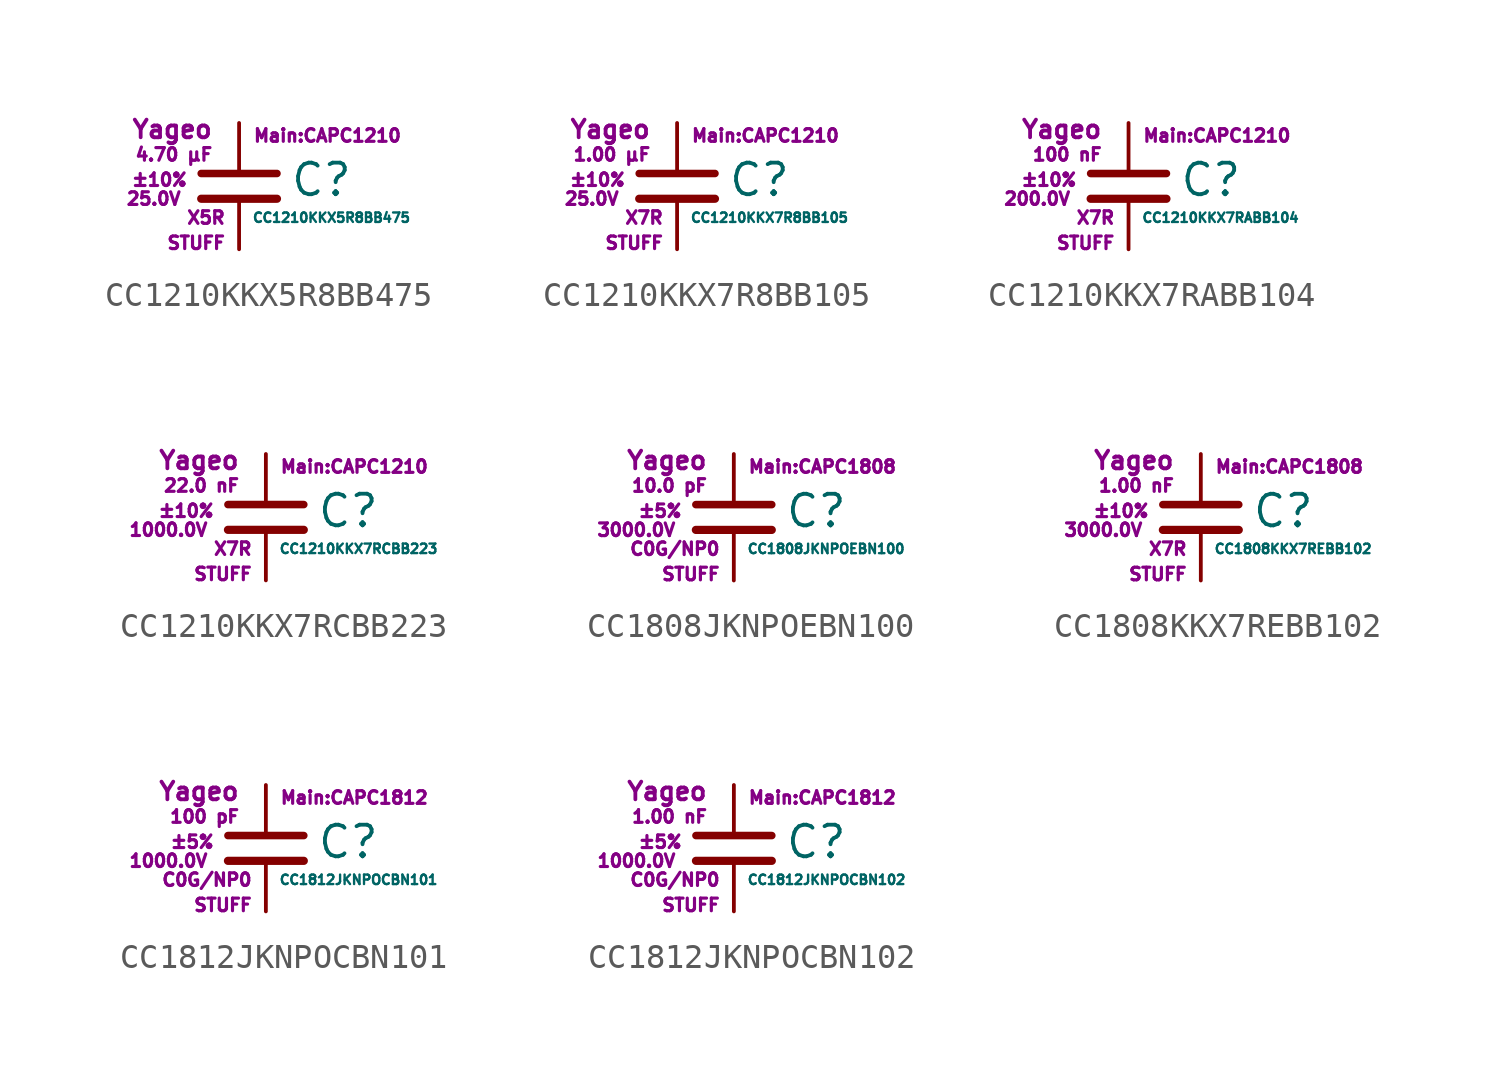
<source format=kicad_sym>
(kicad_symbol_lib
  (version 20211014)
  (generator kicad_symbol_editor)
  (symbol "CC1210KKX5R8BB475"
    (pin_numbers hide)
    (pin_names
      (offset 0.254) hide)
    (property "Reference" "C"
      (at 2.032 0.254 0)
      (effects (font (size 1.27 1.27)) (justify left)))
    (property "Value" "CC1210KKX5R8BB475"
      (at 0.508 -1.27 0)
      (effects (font (size 0.381 0.381)) (justify left)))
    (property "Footprint" "Main:CAPC1210"
      (at 3.556 2.032 0)
      (effects (font (size 0.508 0.508))))
    (property "Datasheet" ""
      (at 0.762 0.508 0)
      (effects (font (size 1.27 1.27))))
    (property "Manufacturer" "Yageo"
      (at -1.016 2.286 0)
      (effects (font (size 0.711 0.711)) (justify right)))
    (property "SKU" "STUFF"
      (at -0.508 -2.286 0)
      (effects (font (size 0.508 0.508)) (justify right)))
    (property "C" "4.70 µF"
      (at -1.016 1.27 0)
      (effects (font (size 0.508 0.508)) (justify right)))
    (property "Tol" "±10%"
      (at -2.032 0.254 0)
      (effects (font (size 0.508 0.508)) (justify right)))
    (property "Vmax" "25.0V"
      (at -2.286 -0.508 0)
      (effects (font (size 0.508 0.508)) (justify right)))
    (property "Type" "X5R"
      (at -0.508 -1.27 0)
      (effects (font (size 0.508 0.508)) (justify right)))
    (symbol "CC1210KKX5R8BB475_0_1"
      (polyline (pts (xy -1.524 -0.508) (xy 1.524 -0.508)) (stroke (width 0.33) (type default) (color 0 0 0 0)) (fill (type none)))
      (polyline (pts (xy -1.524 0.508) (xy 1.524 0.508)) (stroke (width 0.305) (type default) (color 0 0 0 0)) (fill (type none))))
    (symbol "CC1210KKX5R8BB475_1_1"
      (pin passive line (at 0 2.54 270) (length 1.905) (name "~" (effects (font (size 1.016 1.016)))) (number "1" (effects (font (size 1.016 1.016)))))
      (pin passive line (at 0 -2.54 90) (length 2.032) (name "~" (effects (font (size 1.016 1.016)))) (number "2" (effects (font (size 1.016 1.016)))))))
  (symbol "CC1210KKX7R8BB105"
    (pin_numbers hide)
    (pin_names
      (offset 0.254) hide)
    (property "Reference" "C"
      (at 2.032 0.254 0)
      (effects (font (size 1.27 1.27)) (justify left)))
    (property "Value" "CC1210KKX7R8BB105"
      (at 0.508 -1.27 0)
      (effects (font (size 0.381 0.381)) (justify left)))
    (property "Footprint" "Main:CAPC1210"
      (at 3.556 2.032 0)
      (effects (font (size 0.508 0.508))))
    (property "Datasheet" ""
      (at 0.762 0.508 0)
      (effects (font (size 1.27 1.27))))
    (property "Manufacturer" "Yageo"
      (at -1.016 2.286 0)
      (effects (font (size 0.711 0.711)) (justify right)))
    (property "SKU" "STUFF"
      (at -0.508 -2.286 0)
      (effects (font (size 0.508 0.508)) (justify right)))
    (property "C" "1.00 µF"
      (at -1.016 1.27 0)
      (effects (font (size 0.508 0.508)) (justify right)))
    (property "Tol" "±10%"
      (at -2.032 0.254 0)
      (effects (font (size 0.508 0.508)) (justify right)))
    (property "Vmax" "25.0V"
      (at -2.286 -0.508 0)
      (effects (font (size 0.508 0.508)) (justify right)))
    (property "Type" "X7R"
      (at -0.508 -1.27 0)
      (effects (font (size 0.508 0.508)) (justify right)))
    (symbol "CC1210KKX7R8BB105_0_1"
      (polyline (pts (xy -1.524 -0.508) (xy 1.524 -0.508)) (stroke (width 0.33) (type default) (color 0 0 0 0)) (fill (type none)))
      (polyline (pts (xy -1.524 0.508) (xy 1.524 0.508)) (stroke (width 0.305) (type default) (color 0 0 0 0)) (fill (type none))))
    (symbol "CC1210KKX7R8BB105_1_1"
      (pin passive line (at 0 2.54 270) (length 1.905) (name "~" (effects (font (size 1.016 1.016)))) (number "1" (effects (font (size 1.016 1.016)))))
      (pin passive line (at 0 -2.54 90) (length 2.032) (name "~" (effects (font (size 1.016 1.016)))) (number "2" (effects (font (size 1.016 1.016)))))))
  (symbol "CC1210KKX7RABB104"
    (pin_numbers hide)
    (pin_names
      (offset 0.254) hide)
    (property "Reference" "C"
      (at 2.032 0.254 0)
      (effects (font (size 1.27 1.27)) (justify left)))
    (property "Value" "CC1210KKX7RABB104"
      (at 0.508 -1.27 0)
      (effects (font (size 0.381 0.381)) (justify left)))
    (property "Footprint" "Main:CAPC1210"
      (at 3.556 2.032 0)
      (effects (font (size 0.508 0.508))))
    (property "Datasheet" ""
      (at 0.762 0.508 0)
      (effects (font (size 1.27 1.27))))
    (property "Manufacturer" "Yageo"
      (at -1.016 2.286 0)
      (effects (font (size 0.711 0.711)) (justify right)))
    (property "SKU" "STUFF"
      (at -0.508 -2.286 0)
      (effects (font (size 0.508 0.508)) (justify right)))
    (property "C" "100 nF"
      (at -1.016 1.27 0)
      (effects (font (size 0.508 0.508)) (justify right)))
    (property "Tol" "±10%"
      (at -2.032 0.254 0)
      (effects (font (size 0.508 0.508)) (justify right)))
    (property "Vmax" "200.0V"
      (at -2.286 -0.508 0)
      (effects (font (size 0.508 0.508)) (justify right)))
    (property "Type" "X7R"
      (at -0.508 -1.27 0)
      (effects (font (size 0.508 0.508)) (justify right)))
    (symbol "CC1210KKX7RABB104_0_1"
      (polyline (pts (xy -1.524 -0.508) (xy 1.524 -0.508)) (stroke (width 0.33) (type default) (color 0 0 0 0)) (fill (type none)))
      (polyline (pts (xy -1.524 0.508) (xy 1.524 0.508)) (stroke (width 0.305) (type default) (color 0 0 0 0)) (fill (type none))))
    (symbol "CC1210KKX7RABB104_1_1"
      (pin passive line (at 0 2.54 270) (length 1.905) (name "~" (effects (font (size 1.016 1.016)))) (number "1" (effects (font (size 1.016 1.016)))))
      (pin passive line (at 0 -2.54 90) (length 2.032) (name "~" (effects (font (size 1.016 1.016)))) (number "2" (effects (font (size 1.016 1.016)))))))
  (symbol "CC1210KKX7RCBB223"
    (pin_numbers hide)
    (pin_names
      (offset 0.254) hide)
    (property "Reference" "C"
      (at 2.032 0.254 0)
      (effects (font (size 1.27 1.27)) (justify left)))
    (property "Value" "CC1210KKX7RCBB223"
      (at 0.508 -1.27 0)
      (effects (font (size 0.381 0.381)) (justify left)))
    (property "Footprint" "Main:CAPC1210"
      (at 3.556 2.032 0)
      (effects (font (size 0.508 0.508))))
    (property "Datasheet" ""
      (at 0.762 0.508 0)
      (effects (font (size 1.27 1.27))))
    (property "Manufacturer" "Yageo"
      (at -1.016 2.286 0)
      (effects (font (size 0.711 0.711)) (justify right)))
    (property "SKU" "STUFF"
      (at -0.508 -2.286 0)
      (effects (font (size 0.508 0.508)) (justify right)))
    (property "C" "22.0 nF"
      (at -1.016 1.27 0)
      (effects (font (size 0.508 0.508)) (justify right)))
    (property "Tol" "±10%"
      (at -2.032 0.254 0)
      (effects (font (size 0.508 0.508)) (justify right)))
    (property "Vmax" "1000.0V"
      (at -2.286 -0.508 0)
      (effects (font (size 0.508 0.508)) (justify right)))
    (property "Type" "X7R"
      (at -0.508 -1.27 0)
      (effects (font (size 0.508 0.508)) (justify right)))
    (symbol "CC1210KKX7RCBB223_0_1"
      (polyline (pts (xy -1.524 -0.508) (xy 1.524 -0.508)) (stroke (width 0.33) (type default) (color 0 0 0 0)) (fill (type none)))
      (polyline (pts (xy -1.524 0.508) (xy 1.524 0.508)) (stroke (width 0.305) (type default) (color 0 0 0 0)) (fill (type none))))
    (symbol "CC1210KKX7RCBB223_1_1"
      (pin passive line (at 0 2.54 270) (length 1.905) (name "~" (effects (font (size 1.016 1.016)))) (number "1" (effects (font (size 1.016 1.016)))))
      (pin passive line (at 0 -2.54 90) (length 2.032) (name "~" (effects (font (size 1.016 1.016)))) (number "2" (effects (font (size 1.016 1.016)))))))
  (symbol "CC1808JKNPOEBN100"
    (pin_numbers hide)
    (pin_names
      (offset 0.254) hide)
    (property "Reference" "C"
      (at 2.032 0.254 0)
      (effects (font (size 1.27 1.27)) (justify left)))
    (property "Value" "CC1808JKNPOEBN100"
      (at 0.508 -1.27 0)
      (effects (font (size 0.381 0.381)) (justify left)))
    (property "Footprint" "Main:CAPC1808"
      (at 3.556 2.032 0)
      (effects (font (size 0.508 0.508))))
    (property "Datasheet" ""
      (at 0.762 0.508 0)
      (effects (font (size 1.27 1.27))))
    (property "Manufacturer" "Yageo"
      (at -1.016 2.286 0)
      (effects (font (size 0.711 0.711)) (justify right)))
    (property "SKU" "STUFF"
      (at -0.508 -2.286 0)
      (effects (font (size 0.508 0.508)) (justify right)))
    (property "C" "10.0 pF"
      (at -1.016 1.27 0)
      (effects (font (size 0.508 0.508)) (justify right)))
    (property "Tol" "±5%"
      (at -2.032 0.254 0)
      (effects (font (size 0.508 0.508)) (justify right)))
    (property "Vmax" "3000.0V"
      (at -2.286 -0.508 0)
      (effects (font (size 0.508 0.508)) (justify right)))
    (property "Type" "C0G/NP0"
      (at -0.508 -1.27 0)
      (effects (font (size 0.508 0.508)) (justify right)))
    (symbol "CC1808JKNPOEBN100_0_1"
      (polyline (pts (xy -1.524 -0.508) (xy 1.524 -0.508)) (stroke (width 0.33) (type default) (color 0 0 0 0)) (fill (type none)))
      (polyline (pts (xy -1.524 0.508) (xy 1.524 0.508)) (stroke (width 0.305) (type default) (color 0 0 0 0)) (fill (type none))))
    (symbol "CC1808JKNPOEBN100_1_1"
      (pin passive line (at 0 2.54 270) (length 1.905) (name "~" (effects (font (size 1.016 1.016)))) (number "1" (effects (font (size 1.016 1.016)))))
      (pin passive line (at 0 -2.54 90) (length 2.032) (name "~" (effects (font (size 1.016 1.016)))) (number "2" (effects (font (size 1.016 1.016)))))))
  (symbol "CC1808KKX7REBB102"
    (pin_numbers hide)
    (pin_names
      (offset 0.254) hide)
    (property "Reference" "C"
      (at 2.032 0.254 0)
      (effects (font (size 1.27 1.27)) (justify left)))
    (property "Value" "CC1808KKX7REBB102"
      (at 0.508 -1.27 0)
      (effects (font (size 0.381 0.381)) (justify left)))
    (property "Footprint" "Main:CAPC1808"
      (at 3.556 2.032 0)
      (effects (font (size 0.508 0.508))))
    (property "Datasheet" ""
      (at 0.762 0.508 0)
      (effects (font (size 1.27 1.27))))
    (property "Manufacturer" "Yageo"
      (at -1.016 2.286 0)
      (effects (font (size 0.711 0.711)) (justify right)))
    (property "SKU" "STUFF"
      (at -0.508 -2.286 0)
      (effects (font (size 0.508 0.508)) (justify right)))
    (property "C" "1.00 nF"
      (at -1.016 1.27 0)
      (effects (font (size 0.508 0.508)) (justify right)))
    (property "Tol" "±10%"
      (at -2.032 0.254 0)
      (effects (font (size 0.508 0.508)) (justify right)))
    (property "Vmax" "3000.0V"
      (at -2.286 -0.508 0)
      (effects (font (size 0.508 0.508)) (justify right)))
    (property "Type" "X7R"
      (at -0.508 -1.27 0)
      (effects (font (size 0.508 0.508)) (justify right)))
    (symbol "CC1808KKX7REBB102_0_1"
      (polyline (pts (xy -1.524 -0.508) (xy 1.524 -0.508)) (stroke (width 0.33) (type default) (color 0 0 0 0)) (fill (type none)))
      (polyline (pts (xy -1.524 0.508) (xy 1.524 0.508)) (stroke (width 0.305) (type default) (color 0 0 0 0)) (fill (type none))))
    (symbol "CC1808KKX7REBB102_1_1"
      (pin passive line (at 0 2.54 270) (length 1.905) (name "~" (effects (font (size 1.016 1.016)))) (number "1" (effects (font (size 1.016 1.016)))))
      (pin passive line (at 0 -2.54 90) (length 2.032) (name "~" (effects (font (size 1.016 1.016)))) (number "2" (effects (font (size 1.016 1.016)))))))
  (symbol "CC1812JKNPOCBN101"
    (pin_numbers hide)
    (pin_names
      (offset 0.254) hide)
    (property "Reference" "C"
      (at 2.032 0.254 0)
      (effects (font (size 1.27 1.27)) (justify left)))
    (property "Value" "CC1812JKNPOCBN101"
      (at 0.508 -1.27 0)
      (effects (font (size 0.381 0.381)) (justify left)))
    (property "Footprint" "Main:CAPC1812"
      (at 3.556 2.032 0)
      (effects (font (size 0.508 0.508))))
    (property "Datasheet" ""
      (at 0.762 0.508 0)
      (effects (font (size 1.27 1.27))))
    (property "Manufacturer" "Yageo"
      (at -1.016 2.286 0)
      (effects (font (size 0.711 0.711)) (justify right)))
    (property "SKU" "STUFF"
      (at -0.508 -2.286 0)
      (effects (font (size 0.508 0.508)) (justify right)))
    (property "C" "100 pF"
      (at -1.016 1.27 0)
      (effects (font (size 0.508 0.508)) (justify right)))
    (property "Tol" "±5%"
      (at -2.032 0.254 0)
      (effects (font (size 0.508 0.508)) (justify right)))
    (property "Vmax" "1000.0V"
      (at -2.286 -0.508 0)
      (effects (font (size 0.508 0.508)) (justify right)))
    (property "Type" "C0G/NP0"
      (at -0.508 -1.27 0)
      (effects (font (size 0.508 0.508)) (justify right)))
    (symbol "CC1812JKNPOCBN101_0_1"
      (polyline (pts (xy -1.524 -0.508) (xy 1.524 -0.508)) (stroke (width 0.33) (type default) (color 0 0 0 0)) (fill (type none)))
      (polyline (pts (xy -1.524 0.508) (xy 1.524 0.508)) (stroke (width 0.305) (type default) (color 0 0 0 0)) (fill (type none))))
    (symbol "CC1812JKNPOCBN101_1_1"
      (pin passive line (at 0 2.54 270) (length 1.905) (name "~" (effects (font (size 1.016 1.016)))) (number "1" (effects (font (size 1.016 1.016)))))
      (pin passive line (at 0 -2.54 90) (length 2.032) (name "~" (effects (font (size 1.016 1.016)))) (number "2" (effects (font (size 1.016 1.016)))))))
  (symbol "CC1812JKNPOCBN102"
    (pin_numbers hide)
    (pin_names
      (offset 0.254) hide)
    (property "Reference" "C"
      (at 2.032 0.254 0)
      (effects (font (size 1.27 1.27)) (justify left)))
    (property "Value" "CC1812JKNPOCBN102"
      (at 0.508 -1.27 0)
      (effects (font (size 0.381 0.381)) (justify left)))
    (property "Footprint" "Main:CAPC1812"
      (at 3.556 2.032 0)
      (effects (font (size 0.508 0.508))))
    (property "Datasheet" ""
      (at 0.762 0.508 0)
      (effects (font (size 1.27 1.27))))
    (property "Manufacturer" "Yageo"
      (at -1.016 2.286 0)
      (effects (font (size 0.711 0.711)) (justify right)))
    (property "SKU" "STUFF"
      (at -0.508 -2.286 0)
      (effects (font (size 0.508 0.508)) (justify right)))
    (property "C" "1.00 nF"
      (at -1.016 1.27 0)
      (effects (font (size 0.508 0.508)) (justify right)))
    (property "Tol" "±5%"
      (at -2.032 0.254 0)
      (effects (font (size 0.508 0.508)) (justify right)))
    (property "Vmax" "1000.0V"
      (at -2.286 -0.508 0)
      (effects (font (size 0.508 0.508)) (justify right)))
    (property "Type" "C0G/NP0"
      (at -0.508 -1.27 0)
      (effects (font (size 0.508 0.508)) (justify right)))
    (symbol "CC1812JKNPOCBN102_0_1"
      (polyline (pts (xy -1.524 -0.508) (xy 1.524 -0.508)) (stroke (width 0.33) (type default) (color 0 0 0 0)) (fill (type none)))
      (polyline (pts (xy -1.524 0.508) (xy 1.524 0.508)) (stroke (width 0.305) (type default) (color 0 0 0 0)) (fill (type none))))
    (symbol "CC1812JKNPOCBN102_1_1"
      (pin passive line (at 0 2.54 270) (length 1.905) (name "~" (effects (font (size 1.016 1.016)))) (number "1" (effects (font (size 1.016 1.016)))))
      (pin passive line (at 0 -2.54 90) (length 2.032) (name "~" (effects (font (size 1.016 1.016)))) (number "2" (effects (font (size 1.016 1.016))))))))
</source>
